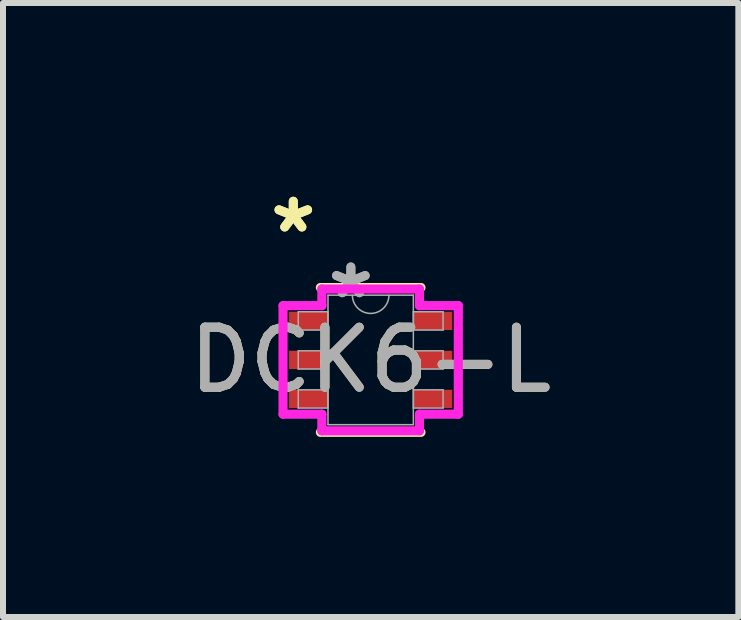
<source format=kicad_pcb>
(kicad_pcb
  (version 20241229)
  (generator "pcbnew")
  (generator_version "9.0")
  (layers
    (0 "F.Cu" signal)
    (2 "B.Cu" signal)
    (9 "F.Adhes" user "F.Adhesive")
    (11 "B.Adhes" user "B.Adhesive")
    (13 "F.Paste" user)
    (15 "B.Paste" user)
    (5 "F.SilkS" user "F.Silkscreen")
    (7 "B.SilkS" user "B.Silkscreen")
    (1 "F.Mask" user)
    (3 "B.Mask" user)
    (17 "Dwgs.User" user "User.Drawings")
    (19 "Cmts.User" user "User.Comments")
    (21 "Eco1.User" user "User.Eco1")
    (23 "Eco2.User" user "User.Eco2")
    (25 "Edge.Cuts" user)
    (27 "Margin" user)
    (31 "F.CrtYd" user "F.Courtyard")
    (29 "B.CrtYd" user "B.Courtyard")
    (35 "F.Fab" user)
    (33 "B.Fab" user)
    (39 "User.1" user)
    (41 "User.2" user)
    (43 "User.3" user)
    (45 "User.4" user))
  (footprint "DCK6-L"
    (layer "F.Cu")
    (at 3.125 2.946)
    (property "Reference" "DCK6-L" (at 0 0 0) (unlocked yes) (layer "F.SilkS") (effects (font (size 1 1) (thickness 0.15))))
    (attr smd)
    (fp_line (start -0.838 1.206) (end 0.838 1.206) (stroke (width 0.152) (type solid)) (layer "F.SilkS"))
    (fp_line (start 0.838 -1.206) (end -0.838 -1.206) (stroke (width 0.152) (type solid)) (layer "F.SilkS"))
    (fp_line (start -1.46 -0.904) (end -0.813 -0.904) (stroke (width 0.152) (type solid)) (layer "F.CrtYd"))
    (fp_line (start -1.46 0.904) (end -1.46 -0.904) (stroke (width 0.152) (type solid)) (layer "F.CrtYd"))
    (fp_line (start -1.46 0.904) (end -0.813 0.904) (stroke (width 0.152) (type solid)) (layer "F.CrtYd"))
    (fp_line (start -0.813 -1.181) (end 0.813 -1.181) (stroke (width 0.152) (type solid)) (layer "F.CrtYd"))
    (fp_line (start -0.813 -0.904) (end -0.813 -1.181) (stroke (width 0.152) (type solid)) (layer "F.CrtYd"))
    (fp_line (start -0.813 1.181) (end -0.813 0.904) (stroke (width 0.152) (type solid)) (layer "F.CrtYd"))
    (fp_line (start 0.813 -1.181) (end 0.813 -0.904) (stroke (width 0.152) (type solid)) (layer "F.CrtYd"))
    (fp_line (start 0.813 0.904) (end 0.813 1.181) (stroke (width 0.152) (type solid)) (layer "F.CrtYd"))
    (fp_line (start 0.813 1.181) (end -0.813 1.181) (stroke (width 0.152) (type solid)) (layer "F.CrtYd"))
    (fp_line (start 1.46 -0.904) (end 0.813 -0.904) (stroke (width 0.152) (type solid)) (layer "F.CrtYd"))
    (fp_line (start 1.46 -0.904) (end 1.46 0.904) (stroke (width 0.152) (type solid)) (layer "F.CrtYd"))
    (fp_line (start 1.46 0.904) (end 0.813 0.904) (stroke (width 0.152) (type solid)) (layer "F.CrtYd"))
    (fp_line (start -1.206 -0.802) (end -1.206 -0.498) (stroke (width 0.025) (type solid)) (layer "F.Fab"))
    (fp_line (start -1.206 -0.498) (end -0.711 -0.498) (stroke (width 0.025) (type solid)) (layer "F.Fab"))
    (fp_line (start -1.206 -0.152) (end -1.206 0.152) (stroke (width 0.025) (type solid)) (layer "F.Fab"))
    (fp_line (start -1.206 0.152) (end -0.711 0.152) (stroke (width 0.025) (type solid)) (layer "F.Fab"))
    (fp_line (start -1.206 0.498) (end -1.206 0.802) (stroke (width 0.025) (type solid)) (layer "F.Fab"))
    (fp_line (start -1.206 0.802) (end -0.711 0.802) (stroke (width 0.025) (type solid)) (layer "F.Fab"))
    (fp_line (start -0.711 -1.079) (end -0.711 1.079) (stroke (width 0.025) (type solid)) (layer "F.Fab"))
    (fp_line (start -0.711 -0.802) (end -1.206 -0.802) (stroke (width 0.025) (type solid)) (layer "F.Fab"))
    (fp_line (start -0.711 -0.498) (end -0.711 -0.802) (stroke (width 0.025) (type solid)) (layer "F.Fab"))
    (fp_line (start -0.711 -0.152) (end -1.206 -0.152) (stroke (width 0.025) (type solid)) (layer "F.Fab"))
    (fp_line (start -0.711 0.152) (end -0.711 -0.152) (stroke (width 0.025) (type solid)) (layer "F.Fab"))
    (fp_line (start -0.711 0.498) (end -1.206 0.498) (stroke (width 0.025) (type solid)) (layer "F.Fab"))
    (fp_line (start -0.711 0.802) (end -0.711 0.498) (stroke (width 0.025) (type solid)) (layer "F.Fab"))
    (fp_line (start -0.711 1.079) (end 0.711 1.079) (stroke (width 0.025) (type solid)) (layer "F.Fab"))
    (fp_line (start 0.711 -1.079) (end -0.711 -1.079) (stroke (width 0.025) (type solid)) (layer "F.Fab"))
    (fp_line (start 0.711 -0.802) (end 0.711 -0.498) (stroke (width 0.025) (type solid)) (layer "F.Fab"))
    (fp_line (start 0.711 -0.498) (end 1.206 -0.498) (stroke (width 0.025) (type solid)) (layer "F.Fab"))
    (fp_line (start 0.711 -0.152) (end 0.711 0.152) (stroke (width 0.025) (type solid)) (layer "F.Fab"))
    (fp_line (start 0.711 0.152) (end 1.206 0.152) (stroke (width 0.025) (type solid)) (layer "F.Fab"))
    (fp_line (start 0.711 0.498) (end 0.711 0.802) (stroke (width 0.025) (type solid)) (layer "F.Fab"))
    (fp_line (start 0.711 0.802) (end 1.206 0.802) (stroke (width 0.025) (type solid)) (layer "F.Fab"))
    (fp_line (start 0.711 1.079) (end 0.711 -1.079) (stroke (width 0.025) (type solid)) (layer "F.Fab"))
    (fp_line (start 1.206 -0.802) (end 0.711 -0.802) (stroke (width 0.025) (type solid)) (layer "F.Fab"))
    (fp_line (start 1.206 -0.498) (end 1.206 -0.802) (stroke (width 0.025) (type solid)) (layer "F.Fab"))
    (fp_line (start 1.206 -0.152) (end 0.711 -0.152) (stroke (width 0.025) (type solid)) (layer "F.Fab"))
    (fp_line (start 1.206 0.152) (end 1.206 -0.152) (stroke (width 0.025) (type solid)) (layer "F.Fab"))
    (fp_line (start 1.206 0.498) (end 0.711 0.498) (stroke (width 0.025) (type solid)) (layer "F.Fab"))
    (fp_line (start 1.206 0.802) (end 1.206 0.498) (stroke (width 0.025) (type solid)) (layer "F.Fab"))
    (fp_arc (start 0.3048 -1.0795) (mid 0 -0.7747) (end -0.3048 -1.0795) (stroke (width 0.0254) (type solid)) (layer "F.Fab"))
    (fp_text user "*" (at -1.289 -2.098 0) (unlocked yes) (layer "F.SilkS") (effects (font (size 1 1) (thickness 0.15))))
    (fp_text user "*" (at -1.289 -2.098 0) (layer "F.SilkS") (effects (font (size 1 1) (thickness 0.15))))
    (fp_text user "*" (at -0.33 -1.003 0) (layer "F.Fab") (effects (font (size 1 1) (thickness 0.15))))
    (fp_text user "*" (at -0.33 -1.003 0) (unlocked yes) (layer "F.Fab") (effects (font (size 1 1) (thickness 0.15))))
    (fp_text user "${REFERENCE}" (at 0 0 0) (unlocked yes) (layer "F.Fab") (effects (font (size 1 1) (thickness 0.15))))
    (pad "1" smd rect (at -1.035 -0.65) (size 0.648 0.305) (layers "F.Cu" "F.Mask" "F.Paste"))
    (pad "2" smd rect (at -1.035 0) (size 0.648 0.305) (layers "F.Cu" "F.Mask" "F.Paste"))
    (pad "3" smd rect (at -1.035 0.65) (size 0.648 0.305) (layers "F.Cu" "F.Mask" "F.Paste"))
    (pad "4" smd rect (at 1.035 0.65) (size 0.648 0.305) (layers "F.Cu" "F.Mask" "F.Paste"))
    (pad "5" smd rect (at 1.035 0) (size 0.648 0.305) (layers "F.Cu" "F.Mask" "F.Paste"))
    (pad "6" smd rect (at 1.035 -0.65) (size 0.648 0.305) (layers "F.Cu" "F.Mask" "F.Paste")))
  (gr_rect
    (start -3 -3)
    (end 9.25 7.229)
    (stroke (width 0.1) (type default))
    (fill no)
    (layer "Edge.Cuts")))
</source>
